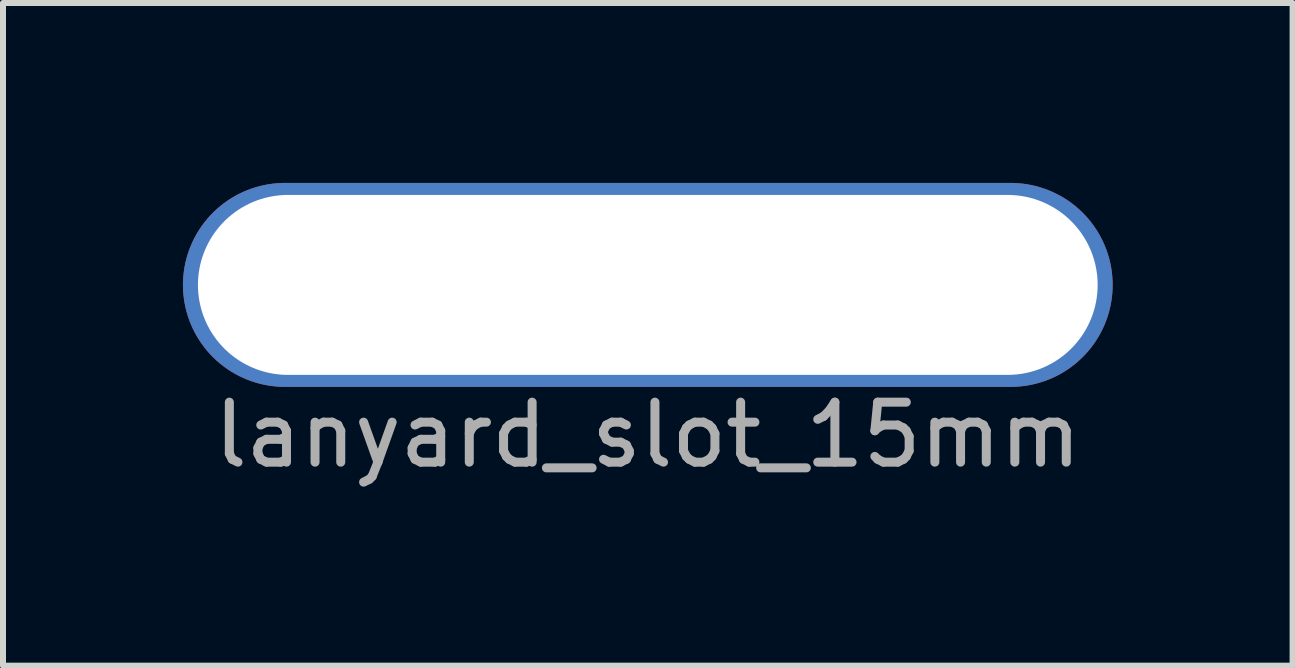
<source format=kicad_pcb>
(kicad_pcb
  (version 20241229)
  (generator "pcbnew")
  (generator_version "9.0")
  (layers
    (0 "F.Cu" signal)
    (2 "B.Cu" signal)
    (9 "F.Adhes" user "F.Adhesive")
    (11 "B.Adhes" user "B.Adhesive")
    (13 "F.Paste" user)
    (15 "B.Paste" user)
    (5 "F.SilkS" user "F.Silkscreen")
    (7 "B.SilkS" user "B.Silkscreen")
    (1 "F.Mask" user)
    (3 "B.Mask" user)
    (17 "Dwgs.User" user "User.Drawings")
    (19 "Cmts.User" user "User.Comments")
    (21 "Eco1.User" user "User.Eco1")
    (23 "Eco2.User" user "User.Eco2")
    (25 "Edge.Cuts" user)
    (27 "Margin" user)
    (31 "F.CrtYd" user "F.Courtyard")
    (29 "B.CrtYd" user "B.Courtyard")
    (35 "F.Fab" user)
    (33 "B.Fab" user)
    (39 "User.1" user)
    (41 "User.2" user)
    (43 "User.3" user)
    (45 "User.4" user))
  (footprint "lanyard_slot_15mm"
    (layer "F.Cu")
    (at 7.75 1.7)
    (property "Reference" "lanyard_slot_15mm" (at 0 -0.5 0) (unlocked yes) (layer "F.SilkS") (effects (font (size 1 1) (thickness 0.1))))
    (attr through_hole)
    (fp_text user "${REFERENCE}" (at 0 2.5 0) (unlocked yes) (layer "F.Fab") (effects (font (size 1 1) (thickness 0.15))))
    (pad "" thru_hole oval (at 0 0) (size 15.5 3.4) (drill oval 15 3) (layers "*.Cu" "*.Mask")))
  (gr_rect
    (start -3 -3)
    (end 18.5 8.048)
    (stroke (width 0.1) (type default))
    (fill no)
    (layer "Edge.Cuts")))
</source>
